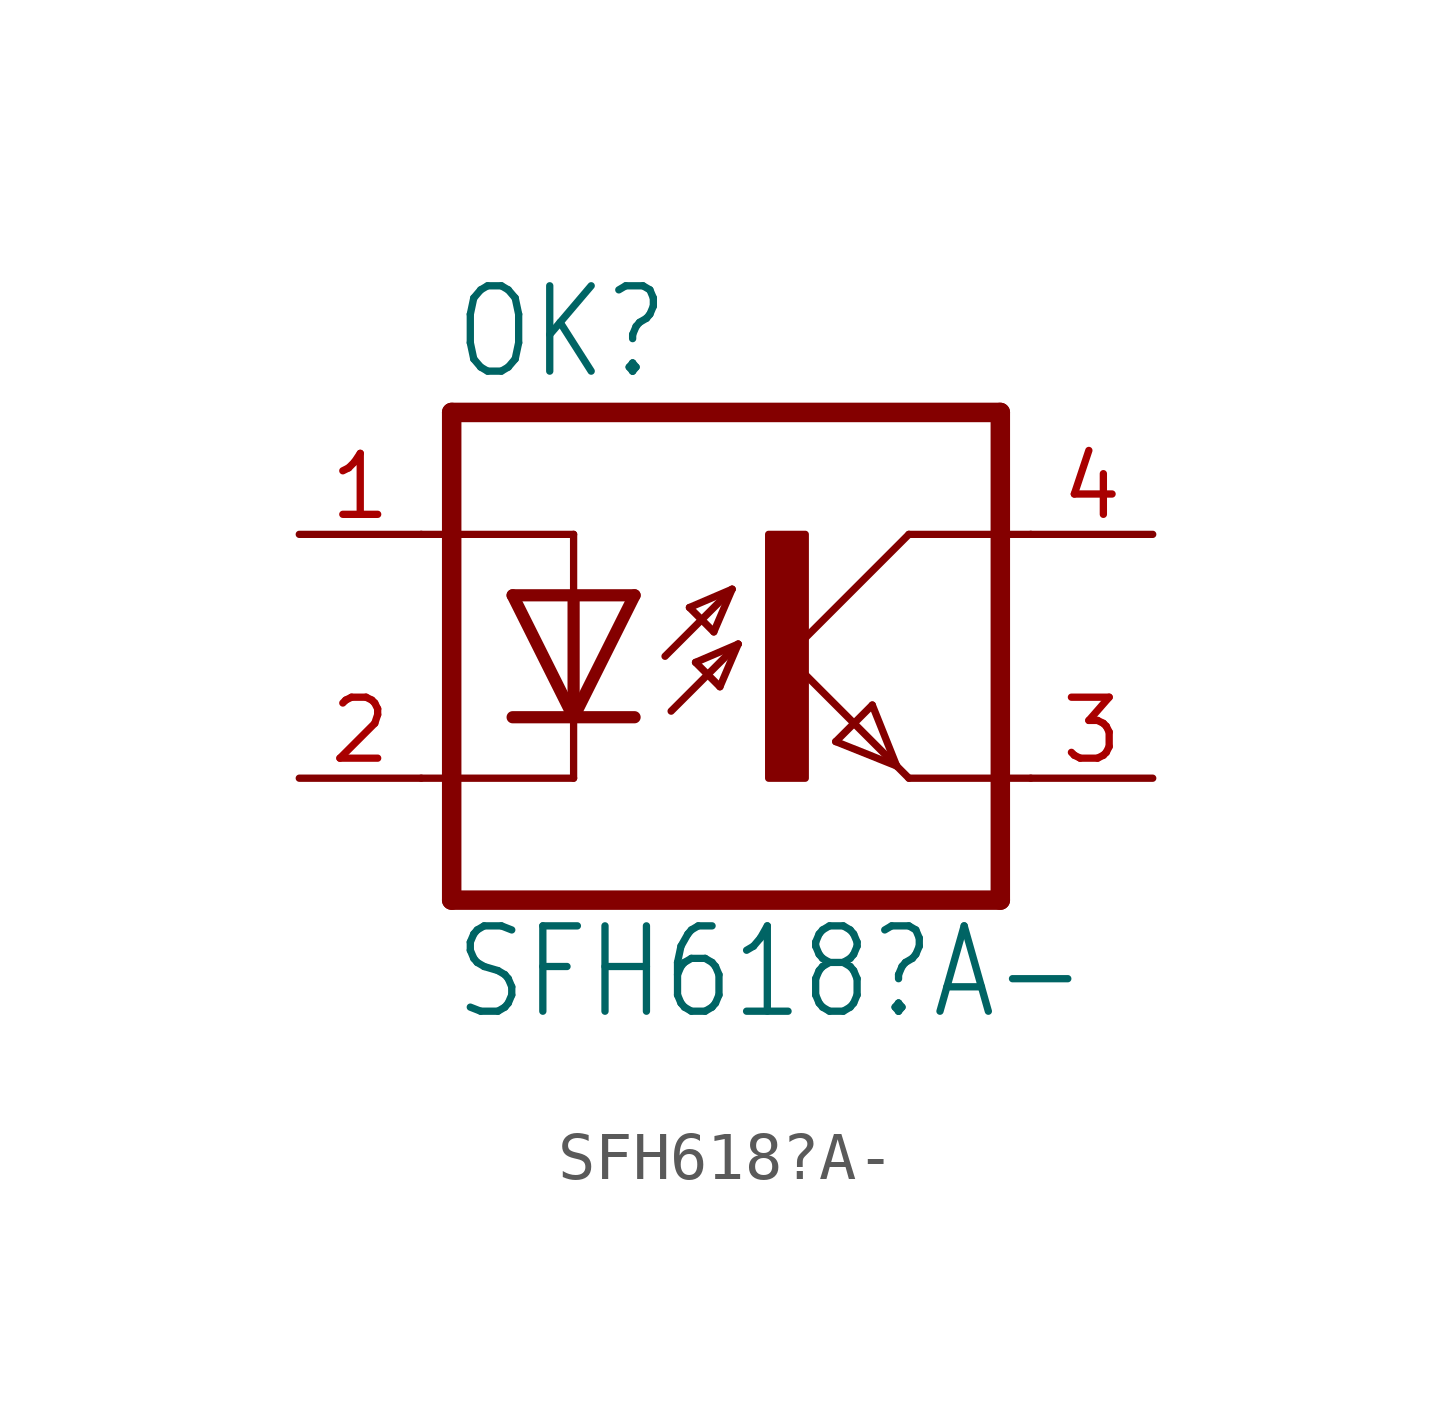
<source format=kicad_sym>
(kicad_symbol_lib
  (version 20211014)
  (generator kicad_symbol_editor)
  (symbol "SFH618?A-"
    (property "Reference" "OK"
      (at -6.985 5.715 0)
      (effects (font (size 1.778 1.511)) (justify left bottom)))
    (property "Value" "SFH618?A-"
      (at -6.985 -7.62 0)
      (effects (font (size 1.778 1.511)) (justify left bottom)))
    (property "ki_locked" ""
      (at 0 0 0)
      (effects (font (size 1.27 1.27))))
    (symbol "SFH618?A-_1_0"
      (rectangle (start -0.381 -2.54) (end 0.381 2.54) (stroke (width 0) (type default) (color 0 0 0 0)) (fill (type outline)))
      (polyline (pts (xy -6.985 -5.08) (xy 4.445 -5.08)) (stroke (width 0.406) (type default) (color 0 0 0 0)) (fill (type none)))
      (polyline (pts (xy -6.985 5.08) (xy -6.985 -5.08)) (stroke (width 0.406) (type default) (color 0 0 0 0)) (fill (type none)))
      (polyline (pts (xy -6.985 5.08) (xy 4.445 5.08)) (stroke (width 0.406) (type default) (color 0 0 0 0)) (fill (type none)))
      (polyline (pts (xy -4.445 -2.54) (xy -7.62 -2.54)) (stroke (width 0.152) (type default) (color 0 0 0 0)) (fill (type none)))
      (polyline (pts (xy -4.445 -1.27) (xy -5.715 -1.27)) (stroke (width 0.254) (type default) (color 0 0 0 0)) (fill (type none)))
      (polyline (pts (xy -4.445 -1.27) (xy -5.715 1.27)) (stroke (width 0.254) (type default) (color 0 0 0 0)) (fill (type none)))
      (polyline (pts (xy -4.445 -1.27) (xy -4.445 -2.54)) (stroke (width 0.152) (type default) (color 0 0 0 0)) (fill (type none)))
      (polyline (pts (xy -4.445 1.27) (xy -5.715 1.27)) (stroke (width 0.254) (type default) (color 0 0 0 0)) (fill (type none)))
      (polyline (pts (xy -4.445 1.27) (xy -4.445 -1.27)) (stroke (width 0.254) (type default) (color 0 0 0 0)) (fill (type none)))
      (polyline (pts (xy -4.445 2.54) (xy -7.62 2.54)) (stroke (width 0.152) (type default) (color 0 0 0 0)) (fill (type none)))
      (polyline (pts (xy -4.445 2.54) (xy -4.445 1.27)) (stroke (width 0.152) (type default) (color 0 0 0 0)) (fill (type none)))
      (polyline (pts (xy -3.175 -1.27) (xy -4.445 -1.27)) (stroke (width 0.254) (type default) (color 0 0 0 0)) (fill (type none)))
      (polyline (pts (xy -3.175 1.27) (xy -4.445 -1.27)) (stroke (width 0.254) (type default) (color 0 0 0 0)) (fill (type none)))
      (polyline (pts (xy -3.175 1.27) (xy -4.445 1.27)) (stroke (width 0.254) (type default) (color 0 0 0 0)) (fill (type none)))
      (polyline (pts (xy -2.54 0) (xy -1.143 1.397)) (stroke (width 0.152) (type default) (color 0 0 0 0)) (fill (type none)))
      (polyline (pts (xy -2.413 -1.143) (xy -1.016 0.254)) (stroke (width 0.152) (type default) (color 0 0 0 0)) (fill (type none)))
      (polyline (pts (xy -2.032 1.016) (xy -1.524 0.508)) (stroke (width 0.152) (type default) (color 0 0 0 0)) (fill (type none)))
      (polyline (pts (xy -1.905 -0.127) (xy -1.397 -0.635)) (stroke (width 0.152) (type default) (color 0 0 0 0)) (fill (type none)))
      (polyline (pts (xy -1.524 0.508) (xy -1.143 1.397)) (stroke (width 0.152) (type default) (color 0 0 0 0)) (fill (type none)))
      (polyline (pts (xy -1.397 -0.635) (xy -1.016 0.254)) (stroke (width 0.152) (type default) (color 0 0 0 0)) (fill (type none)))
      (polyline (pts (xy -1.143 1.397) (xy -2.032 1.016)) (stroke (width 0.152) (type default) (color 0 0 0 0)) (fill (type none)))
      (polyline (pts (xy -1.016 0.254) (xy -1.905 -0.127)) (stroke (width 0.152) (type default) (color 0 0 0 0)) (fill (type none)))
      (polyline (pts (xy 0 0) (xy 2.286 -2.286)) (stroke (width 0.152) (type default) (color 0 0 0 0)) (fill (type none)))
      (polyline (pts (xy 1.016 -1.778) (xy 1.778 -1.016)) (stroke (width 0.152) (type default) (color 0 0 0 0)) (fill (type none)))
      (polyline (pts (xy 1.778 -1.016) (xy 2.286 -2.286)) (stroke (width 0.152) (type default) (color 0 0 0 0)) (fill (type none)))
      (polyline (pts (xy 2.286 -2.286) (xy 1.016 -1.778)) (stroke (width 0.152) (type default) (color 0 0 0 0)) (fill (type none)))
      (polyline (pts (xy 2.286 -2.286) (xy 2.54 -2.54)) (stroke (width 0.152) (type default) (color 0 0 0 0)) (fill (type none)))
      (polyline (pts (xy 2.54 -2.54) (xy 5.08 -2.54)) (stroke (width 0.152) (type default) (color 0 0 0 0)) (fill (type none)))
      (polyline (pts (xy 2.54 2.54) (xy 0 0)) (stroke (width 0.152) (type default) (color 0 0 0 0)) (fill (type none)))
      (polyline (pts (xy 2.54 2.54) (xy 5.08 2.54)) (stroke (width 0.152) (type default) (color 0 0 0 0)) (fill (type none)))
      (polyline (pts (xy 4.445 5.08) (xy 4.445 -5.08)) (stroke (width 0.406) (type default) (color 0 0 0 0)) (fill (type none)))
      (pin passive line (at -10.16 2.54 0) (length 2.54) (name "A" (effects (font (size 0 0)))) (number "1" (effects (font (size 1.27 1.27)))))
      (pin passive line (at -10.16 -2.54 0) (length 2.54) (name "C" (effects (font (size 0 0)))) (number "2" (effects (font (size 1.27 1.27)))))
      (pin passive line (at 7.62 -2.54 180) (length 2.54) (name "EMIT" (effects (font (size 0 0)))) (number "3" (effects (font (size 1.27 1.27)))))
      (pin passive line (at 7.62 2.54 180) (length 2.54) (name "COL" (effects (font (size 0 0)))) (number "4" (effects (font (size 1.27 1.27))))))))
</source>
